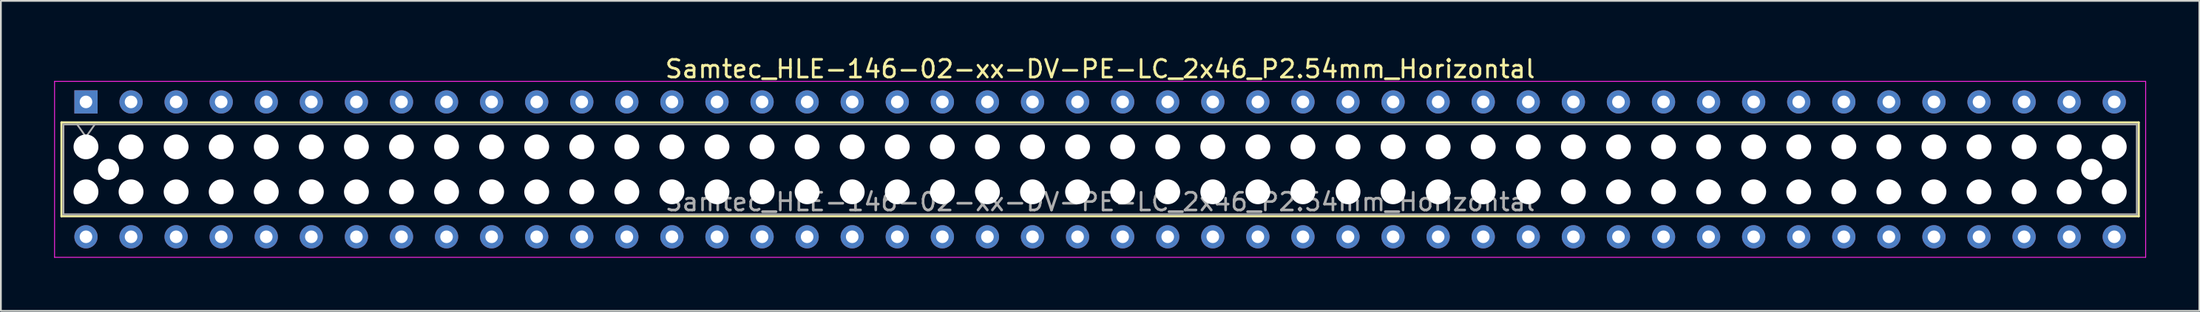
<source format=kicad_pcb>
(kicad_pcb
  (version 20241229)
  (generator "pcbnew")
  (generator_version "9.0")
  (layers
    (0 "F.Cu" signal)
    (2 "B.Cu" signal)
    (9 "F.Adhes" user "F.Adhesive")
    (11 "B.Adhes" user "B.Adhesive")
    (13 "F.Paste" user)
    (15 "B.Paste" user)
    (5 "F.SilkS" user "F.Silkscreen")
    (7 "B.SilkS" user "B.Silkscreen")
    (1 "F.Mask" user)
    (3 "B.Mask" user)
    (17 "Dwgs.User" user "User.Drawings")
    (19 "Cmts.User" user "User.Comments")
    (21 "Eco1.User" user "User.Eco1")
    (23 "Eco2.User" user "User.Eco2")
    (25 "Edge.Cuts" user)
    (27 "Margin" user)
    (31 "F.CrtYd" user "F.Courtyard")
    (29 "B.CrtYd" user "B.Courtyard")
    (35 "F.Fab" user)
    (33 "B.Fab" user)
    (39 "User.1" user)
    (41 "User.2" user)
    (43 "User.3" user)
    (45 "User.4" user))
  (footprint "Samtec_HLE-146-02-xx-DV-PE-LC_2x46_P2.54mm_Horizontal"
    (layer "F.Cu")
    (at 1.795 2.708)
    (property "Reference" "Samtec_HLE-146-02-xx-DV-PE-LC_2x46_P2.54mm_Horizontal" (at 57.15 -1.86 0) (layer "F.SilkS") (effects (font (size 1 1) (thickness 0.15))))
    (attr through_hole)
    (fp_line (start -1.38 1.16) (end 115.68 1.16) (stroke (width 0.12) (type solid)) (layer "F.SilkS"))
    (fp_line (start -1.38 6.46) (end -1.38 1.16) (stroke (width 0.12) (type solid)) (layer "F.SilkS"))
    (fp_line (start 115.68 1.16) (end 115.68 6.46) (stroke (width 0.12) (type solid)) (layer "F.SilkS"))
    (fp_line (start 115.68 6.46) (end -1.38 6.46) (stroke (width 0.12) (type solid)) (layer "F.SilkS"))
    (fp_line (start -1.77 -1.16) (end 116.07 -1.16) (stroke (width 0.05) (type solid)) (layer "F.CrtYd"))
    (fp_line (start -1.77 8.78) (end -1.77 -1.16) (stroke (width 0.05) (type solid)) (layer "F.CrtYd"))
    (fp_line (start 116.07 -1.16) (end 116.07 8.78) (stroke (width 0.05) (type solid)) (layer "F.CrtYd"))
    (fp_line (start 116.07 8.78) (end -1.77 8.78) (stroke (width 0.05) (type solid)) (layer "F.CrtYd"))
    (fp_line (start -1.27 1.27) (end 115.57 1.27) (stroke (width 0.1) (type solid)) (layer "F.Fab"))
    (fp_line (start -1.27 6.35) (end -1.27 1.27) (stroke (width 0.1) (type solid)) (layer "F.Fab"))
    (fp_line (start -0.5 1.27) (end 0 1.977) (stroke (width 0.1) (type solid)) (layer "F.Fab"))
    (fp_line (start 0 1.977) (end 0.5 1.27) (stroke (width 0.1) (type solid)) (layer "F.Fab"))
    (fp_line (start 115.57 1.27) (end 115.57 6.35) (stroke (width 0.1) (type solid)) (layer "F.Fab"))
    (fp_line (start 115.57 6.35) (end -1.27 6.35) (stroke (width 0.1) (type solid)) (layer "F.Fab"))
    (fp_text user "${REFERENCE}" (at 57.15 5.65 0) (layer "F.Fab") (effects (font (size 1 1) (thickness 0.15))))
    (pad "" np_thru_hole circle (at 0 2.54) (size 1.4 1.4) (drill 1.4) (layers "*.Cu" "*.Mask"))
    (pad "" np_thru_hole circle (at 0 5.08) (size 1.4 1.4) (drill 1.4) (layers "*.Cu" "*.Mask"))
    (pad "" np_thru_hole circle (at 1.27 3.81) (size 1.19 1.19) (drill 1.19) (layers "*.Cu" "*.Mask"))
    (pad "" np_thru_hole circle (at 2.54 2.54) (size 1.4 1.4) (drill 1.4) (layers "*.Cu" "*.Mask"))
    (pad "" np_thru_hole circle (at 2.54 5.08) (size 1.4 1.4) (drill 1.4) (layers "*.Cu" "*.Mask"))
    (pad "" np_thru_hole circle (at 5.08 2.54) (size 1.4 1.4) (drill 1.4) (layers "*.Cu" "*.Mask"))
    (pad "" np_thru_hole circle (at 5.08 5.08) (size 1.4 1.4) (drill 1.4) (layers "*.Cu" "*.Mask"))
    (pad "" np_thru_hole circle (at 7.62 2.54) (size 1.4 1.4) (drill 1.4) (layers "*.Cu" "*.Mask"))
    (pad "" np_thru_hole circle (at 7.62 5.08) (size 1.4 1.4) (drill 1.4) (layers "*.Cu" "*.Mask"))
    (pad "" np_thru_hole circle (at 10.16 2.54) (size 1.4 1.4) (drill 1.4) (layers "*.Cu" "*.Mask"))
    (pad "" np_thru_hole circle (at 10.16 5.08) (size 1.4 1.4) (drill 1.4) (layers "*.Cu" "*.Mask"))
    (pad "" np_thru_hole circle (at 12.7 2.54) (size 1.4 1.4) (drill 1.4) (layers "*.Cu" "*.Mask"))
    (pad "" np_thru_hole circle (at 12.7 5.08) (size 1.4 1.4) (drill 1.4) (layers "*.Cu" "*.Mask"))
    (pad "" np_thru_hole circle (at 15.24 2.54) (size 1.4 1.4) (drill 1.4) (layers "*.Cu" "*.Mask"))
    (pad "" np_thru_hole circle (at 15.24 5.08) (size 1.4 1.4) (drill 1.4) (layers "*.Cu" "*.Mask"))
    (pad "" np_thru_hole circle (at 17.78 2.54) (size 1.4 1.4) (drill 1.4) (layers "*.Cu" "*.Mask"))
    (pad "" np_thru_hole circle (at 17.78 5.08) (size 1.4 1.4) (drill 1.4) (layers "*.Cu" "*.Mask"))
    (pad "" np_thru_hole circle (at 20.32 2.54) (size 1.4 1.4) (drill 1.4) (layers "*.Cu" "*.Mask"))
    (pad "" np_thru_hole circle (at 20.32 5.08) (size 1.4 1.4) (drill 1.4) (layers "*.Cu" "*.Mask"))
    (pad "" np_thru_hole circle (at 22.86 2.54) (size 1.4 1.4) (drill 1.4) (layers "*.Cu" "*.Mask"))
    (pad "" np_thru_hole circle (at 22.86 5.08) (size 1.4 1.4) (drill 1.4) (layers "*.Cu" "*.Mask"))
    (pad "" np_thru_hole circle (at 25.4 2.54) (size 1.4 1.4) (drill 1.4) (layers "*.Cu" "*.Mask"))
    (pad "" np_thru_hole circle (at 25.4 5.08) (size 1.4 1.4) (drill 1.4) (layers "*.Cu" "*.Mask"))
    (pad "" np_thru_hole circle (at 27.94 2.54) (size 1.4 1.4) (drill 1.4) (layers "*.Cu" "*.Mask"))
    (pad "" np_thru_hole circle (at 27.94 5.08) (size 1.4 1.4) (drill 1.4) (layers "*.Cu" "*.Mask"))
    (pad "" np_thru_hole circle (at 30.48 2.54) (size 1.4 1.4) (drill 1.4) (layers "*.Cu" "*.Mask"))
    (pad "" np_thru_hole circle (at 30.48 5.08) (size 1.4 1.4) (drill 1.4) (layers "*.Cu" "*.Mask"))
    (pad "" np_thru_hole circle (at 33.02 2.54) (size 1.4 1.4) (drill 1.4) (layers "*.Cu" "*.Mask"))
    (pad "" np_thru_hole circle (at 33.02 5.08) (size 1.4 1.4) (drill 1.4) (layers "*.Cu" "*.Mask"))
    (pad "" np_thru_hole circle (at 35.56 2.54) (size 1.4 1.4) (drill 1.4) (layers "*.Cu" "*.Mask"))
    (pad "" np_thru_hole circle (at 35.56 5.08) (size 1.4 1.4) (drill 1.4) (layers "*.Cu" "*.Mask"))
    (pad "" np_thru_hole circle (at 38.1 2.54) (size 1.4 1.4) (drill 1.4) (layers "*.Cu" "*.Mask"))
    (pad "" np_thru_hole circle (at 38.1 5.08) (size 1.4 1.4) (drill 1.4) (layers "*.Cu" "*.Mask"))
    (pad "" np_thru_hole circle (at 40.64 2.54) (size 1.4 1.4) (drill 1.4) (layers "*.Cu" "*.Mask"))
    (pad "" np_thru_hole circle (at 40.64 5.08) (size 1.4 1.4) (drill 1.4) (layers "*.Cu" "*.Mask"))
    (pad "" np_thru_hole circle (at 43.18 2.54) (size 1.4 1.4) (drill 1.4) (layers "*.Cu" "*.Mask"))
    (pad "" np_thru_hole circle (at 43.18 5.08) (size 1.4 1.4) (drill 1.4) (layers "*.Cu" "*.Mask"))
    (pad "" np_thru_hole circle (at 45.72 2.54) (size 1.4 1.4) (drill 1.4) (layers "*.Cu" "*.Mask"))
    (pad "" np_thru_hole circle (at 45.72 5.08) (size 1.4 1.4) (drill 1.4) (layers "*.Cu" "*.Mask"))
    (pad "" np_thru_hole circle (at 48.26 2.54) (size 1.4 1.4) (drill 1.4) (layers "*.Cu" "*.Mask"))
    (pad "" np_thru_hole circle (at 48.26 5.08) (size 1.4 1.4) (drill 1.4) (layers "*.Cu" "*.Mask"))
    (pad "" np_thru_hole circle (at 50.8 2.54) (size 1.4 1.4) (drill 1.4) (layers "*.Cu" "*.Mask"))
    (pad "" np_thru_hole circle (at 50.8 5.08) (size 1.4 1.4) (drill 1.4) (layers "*.Cu" "*.Mask"))
    (pad "" np_thru_hole circle (at 53.34 2.54) (size 1.4 1.4) (drill 1.4) (layers "*.Cu" "*.Mask"))
    (pad "" np_thru_hole circle (at 53.34 5.08) (size 1.4 1.4) (drill 1.4) (layers "*.Cu" "*.Mask"))
    (pad "" np_thru_hole circle (at 55.88 2.54) (size 1.4 1.4) (drill 1.4) (layers "*.Cu" "*.Mask"))
    (pad "" np_thru_hole circle (at 55.88 5.08) (size 1.4 1.4) (drill 1.4) (layers "*.Cu" "*.Mask"))
    (pad "" np_thru_hole circle (at 58.42 2.54) (size 1.4 1.4) (drill 1.4) (layers "*.Cu" "*.Mask"))
    (pad "" np_thru_hole circle (at 58.42 5.08) (size 1.4 1.4) (drill 1.4) (layers "*.Cu" "*.Mask"))
    (pad "" np_thru_hole circle (at 60.96 2.54) (size 1.4 1.4) (drill 1.4) (layers "*.Cu" "*.Mask"))
    (pad "" np_thru_hole circle (at 60.96 5.08) (size 1.4 1.4) (drill 1.4) (layers "*.Cu" "*.Mask"))
    (pad "" np_thru_hole circle (at 63.5 2.54) (size 1.4 1.4) (drill 1.4) (layers "*.Cu" "*.Mask"))
    (pad "" np_thru_hole circle (at 63.5 5.08) (size 1.4 1.4) (drill 1.4) (layers "*.Cu" "*.Mask"))
    (pad "" np_thru_hole circle (at 66.04 2.54) (size 1.4 1.4) (drill 1.4) (layers "*.Cu" "*.Mask"))
    (pad "" np_thru_hole circle (at 66.04 5.08) (size 1.4 1.4) (drill 1.4) (layers "*.Cu" "*.Mask"))
    (pad "" np_thru_hole circle (at 68.58 2.54) (size 1.4 1.4) (drill 1.4) (layers "*.Cu" "*.Mask"))
    (pad "" np_thru_hole circle (at 68.58 5.08) (size 1.4 1.4) (drill 1.4) (layers "*.Cu" "*.Mask"))
    (pad "" np_thru_hole circle (at 71.12 2.54) (size 1.4 1.4) (drill 1.4) (layers "*.Cu" "*.Mask"))
    (pad "" np_thru_hole circle (at 71.12 5.08) (size 1.4 1.4) (drill 1.4) (layers "*.Cu" "*.Mask"))
    (pad "" np_thru_hole circle (at 73.66 2.54) (size 1.4 1.4) (drill 1.4) (layers "*.Cu" "*.Mask"))
    (pad "" np_thru_hole circle (at 73.66 5.08) (size 1.4 1.4) (drill 1.4) (layers "*.Cu" "*.Mask"))
    (pad "" np_thru_hole circle (at 76.2 2.54) (size 1.4 1.4) (drill 1.4) (layers "*.Cu" "*.Mask"))
    (pad "" np_thru_hole circle (at 76.2 5.08) (size 1.4 1.4) (drill 1.4) (layers "*.Cu" "*.Mask"))
    (pad "" np_thru_hole circle (at 78.74 2.54) (size 1.4 1.4) (drill 1.4) (layers "*.Cu" "*.Mask"))
    (pad "" np_thru_hole circle (at 78.74 5.08) (size 1.4 1.4) (drill 1.4) (layers "*.Cu" "*.Mask"))
    (pad "" np_thru_hole circle (at 81.28 2.54) (size 1.4 1.4) (drill 1.4) (layers "*.Cu" "*.Mask"))
    (pad "" np_thru_hole circle (at 81.28 5.08) (size 1.4 1.4) (drill 1.4) (layers "*.Cu" "*.Mask"))
    (pad "" np_thru_hole circle (at 83.82 2.54) (size 1.4 1.4) (drill 1.4) (layers "*.Cu" "*.Mask"))
    (pad "" np_thru_hole circle (at 83.82 5.08) (size 1.4 1.4) (drill 1.4) (layers "*.Cu" "*.Mask"))
    (pad "" np_thru_hole circle (at 86.36 2.54) (size 1.4 1.4) (drill 1.4) (layers "*.Cu" "*.Mask"))
    (pad "" np_thru_hole circle (at 86.36 5.08) (size 1.4 1.4) (drill 1.4) (layers "*.Cu" "*.Mask"))
    (pad "" np_thru_hole circle (at 88.9 2.54) (size 1.4 1.4) (drill 1.4) (layers "*.Cu" "*.Mask"))
    (pad "" np_thru_hole circle (at 88.9 5.08) (size 1.4 1.4) (drill 1.4) (layers "*.Cu" "*.Mask"))
    (pad "" np_thru_hole circle (at 91.44 2.54) (size 1.4 1.4) (drill 1.4) (layers "*.Cu" "*.Mask"))
    (pad "" np_thru_hole circle (at 91.44 5.08) (size 1.4 1.4) (drill 1.4) (layers "*.Cu" "*.Mask"))
    (pad "" np_thru_hole circle (at 93.98 2.54) (size 1.4 1.4) (drill 1.4) (layers "*.Cu" "*.Mask"))
    (pad "" np_thru_hole circle (at 93.98 5.08) (size 1.4 1.4) (drill 1.4) (layers "*.Cu" "*.Mask"))
    (pad "" np_thru_hole circle (at 96.52 2.54) (size 1.4 1.4) (drill 1.4) (layers "*.Cu" "*.Mask"))
    (pad "" np_thru_hole circle (at 96.52 5.08) (size 1.4 1.4) (drill 1.4) (layers "*.Cu" "*.Mask"))
    (pad "" np_thru_hole circle (at 99.06 2.54) (size 1.4 1.4) (drill 1.4) (layers "*.Cu" "*.Mask"))
    (pad "" np_thru_hole circle (at 99.06 5.08) (size 1.4 1.4) (drill 1.4) (layers "*.Cu" "*.Mask"))
    (pad "" np_thru_hole circle (at 101.6 2.54) (size 1.4 1.4) (drill 1.4) (layers "*.Cu" "*.Mask"))
    (pad "" np_thru_hole circle (at 101.6 5.08) (size 1.4 1.4) (drill 1.4) (layers "*.Cu" "*.Mask"))
    (pad "" np_thru_hole circle (at 104.14 2.54) (size 1.4 1.4) (drill 1.4) (layers "*.Cu" "*.Mask"))
    (pad "" np_thru_hole circle (at 104.14 5.08) (size 1.4 1.4) (drill 1.4) (layers "*.Cu" "*.Mask"))
    (pad "" np_thru_hole circle (at 106.68 2.54) (size 1.4 1.4) (drill 1.4) (layers "*.Cu" "*.Mask"))
    (pad "" np_thru_hole circle (at 106.68 5.08) (size 1.4 1.4) (drill 1.4) (layers "*.Cu" "*.Mask"))
    (pad "" np_thru_hole circle (at 109.22 2.54) (size 1.4 1.4) (drill 1.4) (layers "*.Cu" "*.Mask"))
    (pad "" np_thru_hole circle (at 109.22 5.08) (size 1.4 1.4) (drill 1.4) (layers "*.Cu" "*.Mask"))
    (pad "" np_thru_hole circle (at 111.76 2.54) (size 1.4 1.4) (drill 1.4) (layers "*.Cu" "*.Mask"))
    (pad "" np_thru_hole circle (at 111.76 5.08) (size 1.4 1.4) (drill 1.4) (layers "*.Cu" "*.Mask"))
    (pad "" np_thru_hole circle (at 113.03 3.81) (size 1.19 1.19) (drill 1.19) (layers "*.Cu" "*.Mask"))
    (pad "" np_thru_hole circle (at 114.3 2.54) (size 1.4 1.4) (drill 1.4) (layers "*.Cu" "*.Mask"))
    (pad "" np_thru_hole circle (at 114.3 5.08) (size 1.4 1.4) (drill 1.4) (layers "*.Cu" "*.Mask"))
    (pad "1" thru_hole rect (at 0 0) (size 1.31 1.31) (drill 0.71) (layers "*.Cu" "*.Mask"))
    (pad "2" thru_hole circle (at 0 7.62) (size 1.31 1.31) (drill 0.71) (layers "*.Cu" "*.Mask"))
    (pad "3" thru_hole circle (at 2.54 0) (size 1.31 1.31) (drill 0.71) (layers "*.Cu" "*.Mask"))
    (pad "4" thru_hole circle (at 2.54 7.62) (size 1.31 1.31) (drill 0.71) (layers "*.Cu" "*.Mask"))
    (pad "5" thru_hole circle (at 5.08 0) (size 1.31 1.31) (drill 0.71) (layers "*.Cu" "*.Mask"))
    (pad "6" thru_hole circle (at 5.08 7.62) (size 1.31 1.31) (drill 0.71) (layers "*.Cu" "*.Mask"))
    (pad "7" thru_hole circle (at 7.62 0) (size 1.31 1.31) (drill 0.71) (layers "*.Cu" "*.Mask"))
    (pad "8" thru_hole circle (at 7.62 7.62) (size 1.31 1.31) (drill 0.71) (layers "*.Cu" "*.Mask"))
    (pad "9" thru_hole circle (at 10.16 0) (size 1.31 1.31) (drill 0.71) (layers "*.Cu" "*.Mask"))
    (pad "10" thru_hole circle (at 10.16 7.62) (size 1.31 1.31) (drill 0.71) (layers "*.Cu" "*.Mask"))
    (pad "11" thru_hole circle (at 12.7 0) (size 1.31 1.31) (drill 0.71) (layers "*.Cu" "*.Mask"))
    (pad "12" thru_hole circle (at 12.7 7.62) (size 1.31 1.31) (drill 0.71) (layers "*.Cu" "*.Mask"))
    (pad "13" thru_hole circle (at 15.24 0) (size 1.31 1.31) (drill 0.71) (layers "*.Cu" "*.Mask"))
    (pad "14" thru_hole circle (at 15.24 7.62) (size 1.31 1.31) (drill 0.71) (layers "*.Cu" "*.Mask"))
    (pad "15" thru_hole circle (at 17.78 0) (size 1.31 1.31) (drill 0.71) (layers "*.Cu" "*.Mask"))
    (pad "16" thru_hole circle (at 17.78 7.62) (size 1.31 1.31) (drill 0.71) (layers "*.Cu" "*.Mask"))
    (pad "17" thru_hole circle (at 20.32 0) (size 1.31 1.31) (drill 0.71) (layers "*.Cu" "*.Mask"))
    (pad "18" thru_hole circle (at 20.32 7.62) (size 1.31 1.31) (drill 0.71) (layers "*.Cu" "*.Mask"))
    (pad "19" thru_hole circle (at 22.86 0) (size 1.31 1.31) (drill 0.71) (layers "*.Cu" "*.Mask"))
    (pad "20" thru_hole circle (at 22.86 7.62) (size 1.31 1.31) (drill 0.71) (layers "*.Cu" "*.Mask"))
    (pad "21" thru_hole circle (at 25.4 0) (size 1.31 1.31) (drill 0.71) (layers "*.Cu" "*.Mask"))
    (pad "22" thru_hole circle (at 25.4 7.62) (size 1.31 1.31) (drill 0.71) (layers "*.Cu" "*.Mask"))
    (pad "23" thru_hole circle (at 27.94 0) (size 1.31 1.31) (drill 0.71) (layers "*.Cu" "*.Mask"))
    (pad "24" thru_hole circle (at 27.94 7.62) (size 1.31 1.31) (drill 0.71) (layers "*.Cu" "*.Mask"))
    (pad "25" thru_hole circle (at 30.48 0) (size 1.31 1.31) (drill 0.71) (layers "*.Cu" "*.Mask"))
    (pad "26" thru_hole circle (at 30.48 7.62) (size 1.31 1.31) (drill 0.71) (layers "*.Cu" "*.Mask"))
    (pad "27" thru_hole circle (at 33.02 0) (size 1.31 1.31) (drill 0.71) (layers "*.Cu" "*.Mask"))
    (pad "28" thru_hole circle (at 33.02 7.62) (size 1.31 1.31) (drill 0.71) (layers "*.Cu" "*.Mask"))
    (pad "29" thru_hole circle (at 35.56 0) (size 1.31 1.31) (drill 0.71) (layers "*.Cu" "*.Mask"))
    (pad "30" thru_hole circle (at 35.56 7.62) (size 1.31 1.31) (drill 0.71) (layers "*.Cu" "*.Mask"))
    (pad "31" thru_hole circle (at 38.1 0) (size 1.31 1.31) (drill 0.71) (layers "*.Cu" "*.Mask"))
    (pad "32" thru_hole circle (at 38.1 7.62) (size 1.31 1.31) (drill 0.71) (layers "*.Cu" "*.Mask"))
    (pad "33" thru_hole circle (at 40.64 0) (size 1.31 1.31) (drill 0.71) (layers "*.Cu" "*.Mask"))
    (pad "34" thru_hole circle (at 40.64 7.62) (size 1.31 1.31) (drill 0.71) (layers "*.Cu" "*.Mask"))
    (pad "35" thru_hole circle (at 43.18 0) (size 1.31 1.31) (drill 0.71) (layers "*.Cu" "*.Mask"))
    (pad "36" thru_hole circle (at 43.18 7.62) (size 1.31 1.31) (drill 0.71) (layers "*.Cu" "*.Mask"))
    (pad "37" thru_hole circle (at 45.72 0) (size 1.31 1.31) (drill 0.71) (layers "*.Cu" "*.Mask"))
    (pad "38" thru_hole circle (at 45.72 7.62) (size 1.31 1.31) (drill 0.71) (layers "*.Cu" "*.Mask"))
    (pad "39" thru_hole circle (at 48.26 0) (size 1.31 1.31) (drill 0.71) (layers "*.Cu" "*.Mask"))
    (pad "40" thru_hole circle (at 48.26 7.62) (size 1.31 1.31) (drill 0.71) (layers "*.Cu" "*.Mask"))
    (pad "41" thru_hole circle (at 50.8 0) (size 1.31 1.31) (drill 0.71) (layers "*.Cu" "*.Mask"))
    (pad "42" thru_hole circle (at 50.8 7.62) (size 1.31 1.31) (drill 0.71) (layers "*.Cu" "*.Mask"))
    (pad "43" thru_hole circle (at 53.34 0) (size 1.31 1.31) (drill 0.71) (layers "*.Cu" "*.Mask"))
    (pad "44" thru_hole circle (at 53.34 7.62) (size 1.31 1.31) (drill 0.71) (layers "*.Cu" "*.Mask"))
    (pad "45" thru_hole circle (at 55.88 0) (size 1.31 1.31) (drill 0.71) (layers "*.Cu" "*.Mask"))
    (pad "46" thru_hole circle (at 55.88 7.62) (size 1.31 1.31) (drill 0.71) (layers "*.Cu" "*.Mask"))
    (pad "47" thru_hole circle (at 58.42 0) (size 1.31 1.31) (drill 0.71) (layers "*.Cu" "*.Mask"))
    (pad "48" thru_hole circle (at 58.42 7.62) (size 1.31 1.31) (drill 0.71) (layers "*.Cu" "*.Mask"))
    (pad "49" thru_hole circle (at 60.96 0) (size 1.31 1.31) (drill 0.71) (layers "*.Cu" "*.Mask"))
    (pad "50" thru_hole circle (at 60.96 7.62) (size 1.31 1.31) (drill 0.71) (layers "*.Cu" "*.Mask"))
    (pad "51" thru_hole circle (at 63.5 0) (size 1.31 1.31) (drill 0.71) (layers "*.Cu" "*.Mask"))
    (pad "52" thru_hole circle (at 63.5 7.62) (size 1.31 1.31) (drill 0.71) (layers "*.Cu" "*.Mask"))
    (pad "53" thru_hole circle (at 66.04 0) (size 1.31 1.31) (drill 0.71) (layers "*.Cu" "*.Mask"))
    (pad "54" thru_hole circle (at 66.04 7.62) (size 1.31 1.31) (drill 0.71) (layers "*.Cu" "*.Mask"))
    (pad "55" thru_hole circle (at 68.58 0) (size 1.31 1.31) (drill 0.71) (layers "*.Cu" "*.Mask"))
    (pad "56" thru_hole circle (at 68.58 7.62) (size 1.31 1.31) (drill 0.71) (layers "*.Cu" "*.Mask"))
    (pad "57" thru_hole circle (at 71.12 0) (size 1.31 1.31) (drill 0.71) (layers "*.Cu" "*.Mask"))
    (pad "58" thru_hole circle (at 71.12 7.62) (size 1.31 1.31) (drill 0.71) (layers "*.Cu" "*.Mask"))
    (pad "59" thru_hole circle (at 73.66 0) (size 1.31 1.31) (drill 0.71) (layers "*.Cu" "*.Mask"))
    (pad "60" thru_hole circle (at 73.66 7.62) (size 1.31 1.31) (drill 0.71) (layers "*.Cu" "*.Mask"))
    (pad "61" thru_hole circle (at 76.2 0) (size 1.31 1.31) (drill 0.71) (layers "*.Cu" "*.Mask"))
    (pad "62" thru_hole circle (at 76.2 7.62) (size 1.31 1.31) (drill 0.71) (layers "*.Cu" "*.Mask"))
    (pad "63" thru_hole circle (at 78.74 0) (size 1.31 1.31) (drill 0.71) (layers "*.Cu" "*.Mask"))
    (pad "64" thru_hole circle (at 78.74 7.62) (size 1.31 1.31) (drill 0.71) (layers "*.Cu" "*.Mask"))
    (pad "65" thru_hole circle (at 81.28 0) (size 1.31 1.31) (drill 0.71) (layers "*.Cu" "*.Mask"))
    (pad "66" thru_hole circle (at 81.28 7.62) (size 1.31 1.31) (drill 0.71) (layers "*.Cu" "*.Mask"))
    (pad "67" thru_hole circle (at 83.82 0) (size 1.31 1.31) (drill 0.71) (layers "*.Cu" "*.Mask"))
    (pad "68" thru_hole circle (at 83.82 7.62) (size 1.31 1.31) (drill 0.71) (layers "*.Cu" "*.Mask"))
    (pad "69" thru_hole circle (at 86.36 0) (size 1.31 1.31) (drill 0.71) (layers "*.Cu" "*.Mask"))
    (pad "70" thru_hole circle (at 86.36 7.62) (size 1.31 1.31) (drill 0.71) (layers "*.Cu" "*.Mask"))
    (pad "71" thru_hole circle (at 88.9 0) (size 1.31 1.31) (drill 0.71) (layers "*.Cu" "*.Mask"))
    (pad "72" thru_hole circle (at 88.9 7.62) (size 1.31 1.31) (drill 0.71) (layers "*.Cu" "*.Mask"))
    (pad "73" thru_hole circle (at 91.44 0) (size 1.31 1.31) (drill 0.71) (layers "*.Cu" "*.Mask"))
    (pad "74" thru_hole circle (at 91.44 7.62) (size 1.31 1.31) (drill 0.71) (layers "*.Cu" "*.Mask"))
    (pad "75" thru_hole circle (at 93.98 0) (size 1.31 1.31) (drill 0.71) (layers "*.Cu" "*.Mask"))
    (pad "76" thru_hole circle (at 93.98 7.62) (size 1.31 1.31) (drill 0.71) (layers "*.Cu" "*.Mask"))
    (pad "77" thru_hole circle (at 96.52 0) (size 1.31 1.31) (drill 0.71) (layers "*.Cu" "*.Mask"))
    (pad "78" thru_hole circle (at 96.52 7.62) (size 1.31 1.31) (drill 0.71) (layers "*.Cu" "*.Mask"))
    (pad "79" thru_hole circle (at 99.06 0) (size 1.31 1.31) (drill 0.71) (layers "*.Cu" "*.Mask"))
    (pad "80" thru_hole circle (at 99.06 7.62) (size 1.31 1.31) (drill 0.71) (layers "*.Cu" "*.Mask"))
    (pad "81" thru_hole circle (at 101.6 0) (size 1.31 1.31) (drill 0.71) (layers "*.Cu" "*.Mask"))
    (pad "82" thru_hole circle (at 101.6 7.62) (size 1.31 1.31) (drill 0.71) (layers "*.Cu" "*.Mask"))
    (pad "83" thru_hole circle (at 104.14 0) (size 1.31 1.31) (drill 0.71) (layers "*.Cu" "*.Mask"))
    (pad "84" thru_hole circle (at 104.14 7.62) (size 1.31 1.31) (drill 0.71) (layers "*.Cu" "*.Mask"))
    (pad "85" thru_hole circle (at 106.68 0) (size 1.31 1.31) (drill 0.71) (layers "*.Cu" "*.Mask"))
    (pad "86" thru_hole circle (at 106.68 7.62) (size 1.31 1.31) (drill 0.71) (layers "*.Cu" "*.Mask"))
    (pad "87" thru_hole circle (at 109.22 0) (size 1.31 1.31) (drill 0.71) (layers "*.Cu" "*.Mask"))
    (pad "88" thru_hole circle (at 109.22 7.62) (size 1.31 1.31) (drill 0.71) (layers "*.Cu" "*.Mask"))
    (pad "89" thru_hole circle (at 111.76 0) (size 1.31 1.31) (drill 0.71) (layers "*.Cu" "*.Mask"))
    (pad "90" thru_hole circle (at 111.76 7.62) (size 1.31 1.31) (drill 0.71) (layers "*.Cu" "*.Mask"))
    (pad "91" thru_hole circle (at 114.3 0) (size 1.31 1.31) (drill 0.71) (layers "*.Cu" "*.Mask"))
    (pad "92" thru_hole circle (at 114.3 7.62) (size 1.31 1.31) (drill 0.71) (layers "*.Cu" "*.Mask")))
  (gr_rect
    (start -3 -3)
    (end 120.89 14.513)
    (stroke (width 0.1) (type default))
    (fill no)
    (layer "Edge.Cuts")))
</source>
